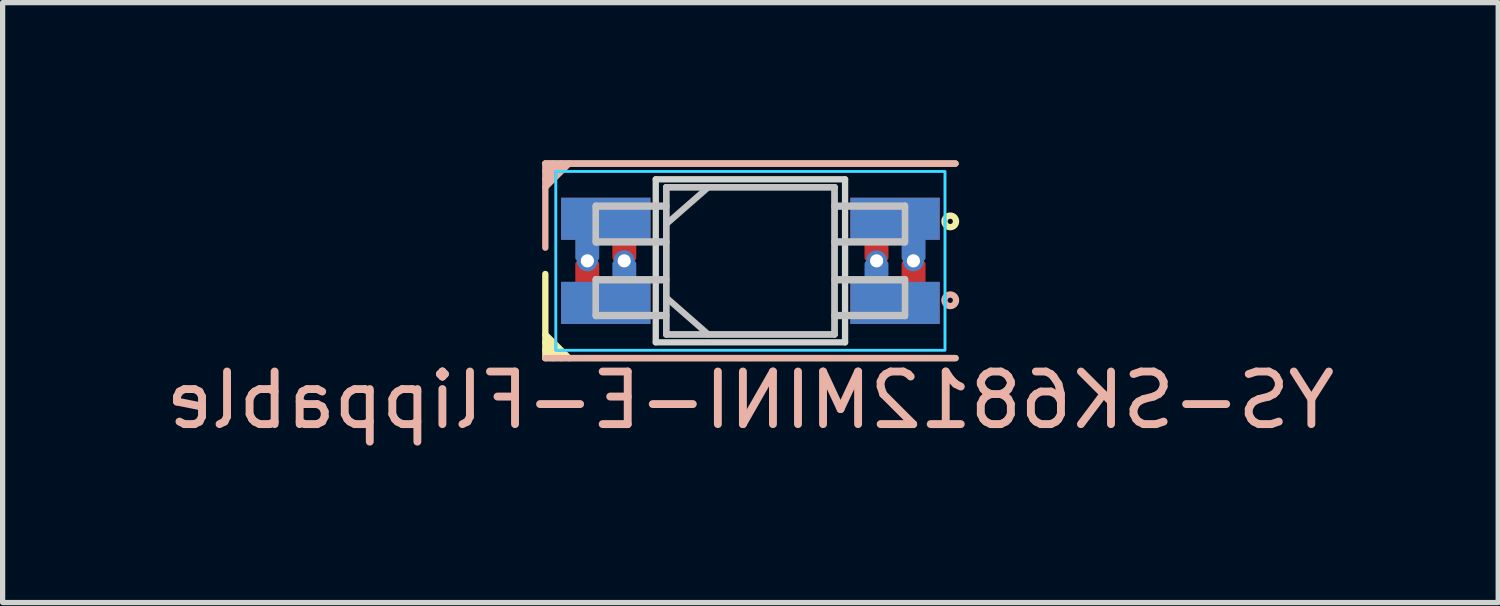
<source format=kicad_pcb>
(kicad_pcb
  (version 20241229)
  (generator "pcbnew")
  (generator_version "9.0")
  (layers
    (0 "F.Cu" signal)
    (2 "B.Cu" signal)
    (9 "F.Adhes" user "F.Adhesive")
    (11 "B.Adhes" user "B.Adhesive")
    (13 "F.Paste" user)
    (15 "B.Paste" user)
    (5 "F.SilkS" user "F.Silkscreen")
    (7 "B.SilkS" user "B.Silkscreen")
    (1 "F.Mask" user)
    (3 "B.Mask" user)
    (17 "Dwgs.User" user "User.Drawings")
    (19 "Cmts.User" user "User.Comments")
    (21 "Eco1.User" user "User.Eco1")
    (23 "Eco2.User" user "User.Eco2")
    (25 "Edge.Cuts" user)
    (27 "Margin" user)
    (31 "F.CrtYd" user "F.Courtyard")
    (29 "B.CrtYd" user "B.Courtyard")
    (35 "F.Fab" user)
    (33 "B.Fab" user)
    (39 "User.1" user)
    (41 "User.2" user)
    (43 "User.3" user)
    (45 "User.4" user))
  (footprint "YS-SK6812MINI-E-Flippable"
    (layer "F.Cu")
    (at 11.22 1.91)
    (property "Reference" "YS-SK6812MINI-E-Flippable" (at 0 2.65 0) (unlocked yes) (layer "B.SilkS") (effects (font (size 1 1) (thickness 0.15)) (justify mirror)))
    (fp_poly (pts (xy -3.6 -0.4) (xy -1.9 -0.4) (xy -1.9 -1.2) (xy -3.6 -1.2)) (stroke (width 0) (type solid)) (fill yes) (layer "F.Mask"))
    (fp_poly (pts (xy 1.9 -0.4) (xy 3.6 -0.4) (xy 3.6 -1.2) (xy 1.9 -1.2)) (stroke (width 0) (type solid)) (fill yes) (layer "F.Mask"))
    (fp_poly (pts (xy 1.9 1.2) (xy 3.6 1.2) (xy 3.6 0.4) (xy 1.9 0.4)) (stroke (width 0) (type solid)) (fill yes) (layer "F.Mask"))
    (fp_poly (pts (xy -3.6 0.85) (xy -3.25 1.2) (xy -1.9 1.2) (xy -1.9 0.4) (xy -3.6 0.4)) (stroke (width 0) (type solid)) (fill yes) (layer "F.Mask"))
    (fp_poly (pts (xy -3.6 0.4) (xy -1.9 0.4) (xy -1.9 1.2) (xy -3.6 1.2)) (stroke (width 0) (type solid)) (fill yes) (layer "B.Mask"))
    (fp_poly (pts (xy 1.9 -1.2) (xy 3.6 -1.2) (xy 3.6 -0.4) (xy 1.9 -0.4)) (stroke (width 0) (type solid)) (fill yes) (layer "B.Mask"))
    (fp_poly (pts (xy 1.9 0.4) (xy 3.6 0.4) (xy 3.6 1.2) (xy 1.9 1.2)) (stroke (width 0) (type solid)) (fill yes) (layer "B.Mask"))
    (fp_poly (pts (xy -3.6 -0.85) (xy -3.25 -1.2) (xy -1.9 -1.2) (xy -1.9 -0.4) (xy -3.6 -0.4)) (stroke (width 0) (type solid)) (fill yes) (layer "B.Mask"))
    (fp_line (start -3.9 0.25) (end -3.9 1.85) (stroke (width 0.12) (type solid)) (layer "F.SilkS"))
    (fp_line (start -3.9 1.4) (end -3.45 1.85) (stroke (width 0.12) (type solid)) (layer "F.SilkS"))
    (fp_line (start -3.9 1.55) (end -3.6 1.85) (stroke (width 0.12) (type solid)) (layer "F.SilkS"))
    (fp_line (start -3.9 1.7) (end -3.75 1.85) (stroke (width 0.12) (type solid)) (layer "F.SilkS"))
    (fp_line (start -3.9 1.85) (end 3.9 1.85) (stroke (width 0.12) (type solid)) (layer "F.SilkS"))
    (fp_line (start 3.9 -1.85) (end -3.9 -1.85) (stroke (width 0.12) (type solid)) (layer "F.SilkS"))
    (fp_circle (center 3.8 -0.75) (end 3.8 -0.7) (stroke (width 0.12) (type default)) (fill no) (layer "F.SilkS"))
    (fp_line (start -3.9 -1.85) (end 3.9 -1.85) (stroke (width 0.12) (type solid)) (layer "B.SilkS"))
    (fp_line (start -3.9 -1.7) (end -3.75 -1.85) (stroke (width 0.12) (type solid)) (layer "B.SilkS"))
    (fp_line (start -3.9 -1.55) (end -3.6 -1.85) (stroke (width 0.12) (type solid)) (layer "B.SilkS"))
    (fp_line (start -3.9 -1.4) (end -3.45 -1.85) (stroke (width 0.12) (type solid)) (layer "B.SilkS"))
    (fp_line (start -3.9 -0.25) (end -3.9 -1.85) (stroke (width 0.12) (type solid)) (layer "B.SilkS"))
    (fp_line (start 3.9 1.85) (end -3.9 1.85) (stroke (width 0.12) (type solid)) (layer "B.SilkS"))
    (fp_circle (center 3.8 0.75) (end 3.8 0.8) (stroke (width 0.12) (type default)) (fill no) (layer "B.SilkS"))
    (fp_poly (pts (xy -3.6 -0.4) (xy -1.9 -0.4) (xy -1.9 -1.2) (xy -3.6 -1.2)) (stroke (width 0) (type solid)) (fill yes) (layer "F.Paste"))
    (fp_poly (pts (xy 1.9 -0.4) (xy 3.6 -0.4) (xy 3.6 -1.2) (xy 1.9 -1.2)) (stroke (width 0) (type solid)) (fill yes) (layer "F.Paste"))
    (fp_poly (pts (xy 1.9 1.2) (xy 3.6 1.2) (xy 3.6 0.4) (xy 1.9 0.4)) (stroke (width 0) (type solid)) (fill yes) (layer "F.Paste"))
    (fp_poly (pts (xy -3.6 0.85) (xy -3.25 1.2) (xy -1.9 1.2) (xy -1.9 0.4) (xy -3.6 0.4)) (stroke (width 0) (type solid)) (fill yes) (layer "F.Paste"))
    (fp_poly (pts (xy -3.6 0.4) (xy -1.9 0.4) (xy -1.9 1.2) (xy -3.6 1.2)) (stroke (width 0) (type solid)) (fill yes) (layer "B.Paste"))
    (fp_poly (pts (xy 1.9 -1.2) (xy 3.6 -1.2) (xy 3.6 -0.4) (xy 1.9 -0.4)) (stroke (width 0) (type solid)) (fill yes) (layer "B.Paste"))
    (fp_poly (pts (xy 1.9 0.4) (xy 3.6 0.4) (xy 3.6 1.2) (xy 1.9 1.2)) (stroke (width 0) (type solid)) (fill yes) (layer "B.Paste"))
    (fp_poly (pts (xy -3.6 -0.85) (xy -3.25 -1.2) (xy -1.9 -1.2) (xy -1.9 -0.4) (xy -3.6 -0.4)) (stroke (width 0) (type solid)) (fill yes) (layer "B.Paste"))
    (fp_line (start -2.94 -1.05) (end -2.94 -0.37) (stroke (width 0.12) (type solid)) (layer "Dwgs.User"))
    (fp_line (start -2.94 -1.03) (end -1.6 -1.03) (stroke (width 0.12) (type solid)) (layer "Dwgs.User"))
    (fp_line (start -2.94 -0.37) (end -1.6 -0.37) (stroke (width 0.12) (type solid)) (layer "Dwgs.User"))
    (fp_line (start -2.94 -0.35) (end -2.94 -1.03) (stroke (width 0.12) (type solid)) (layer "Dwgs.User"))
    (fp_line (start -2.94 0.35) (end -2.94 1.03) (stroke (width 0.12) (type solid)) (layer "Dwgs.User"))
    (fp_line (start -2.94 0.37) (end -1.6 0.37) (stroke (width 0.12) (type solid)) (layer "Dwgs.User"))
    (fp_line (start -2.94 1.03) (end -1.6 1.03) (stroke (width 0.12) (type solid)) (layer "Dwgs.User"))
    (fp_line (start -2.94 1.05) (end -2.94 0.37) (stroke (width 0.12) (type solid)) (layer "Dwgs.User"))
    (fp_line (start -1.6 -1.4) (end -1.6 1.4) (stroke (width 0.12) (type solid)) (layer "Dwgs.User"))
    (fp_line (start -1.6 -1.4) (end 1.6 -1.4) (stroke (width 0.12) (type solid)) (layer "Dwgs.User"))
    (fp_line (start -1.6 -1.4) (end 1.6 -1.4) (stroke (width 0.12) (type solid)) (layer "Dwgs.User"))
    (fp_line (start -1.6 -1.05) (end -2.94 -1.05) (stroke (width 0.12) (type solid)) (layer "Dwgs.User"))
    (fp_line (start -1.6 -0.7) (end -0.8 -1.4) (stroke (width 0.12) (type solid)) (layer "Dwgs.User"))
    (fp_line (start -1.6 -0.35) (end -2.94 -0.35) (stroke (width 0.12) (type solid)) (layer "Dwgs.User"))
    (fp_line (start -1.6 0.35) (end -2.94 0.35) (stroke (width 0.12) (type solid)) (layer "Dwgs.User"))
    (fp_line (start -1.6 0.7) (end -0.8 1.4) (stroke (width 0.12) (type solid)) (layer "Dwgs.User"))
    (fp_line (start -1.6 1.05) (end -2.94 1.05) (stroke (width 0.12) (type solid)) (layer "Dwgs.User"))
    (fp_line (start -1.6 1.4) (end -1.6 -1.4) (stroke (width 0.12) (type solid)) (layer "Dwgs.User"))
    (fp_line (start -1.6 1.4) (end 1.6 1.4) (stroke (width 0.12) (type solid)) (layer "Dwgs.User"))
    (fp_line (start -1.6 1.4) (end 1.6 1.4) (stroke (width 0.12) (type solid)) (layer "Dwgs.User"))
    (fp_line (start 1.6 -1.4) (end 1.6 1.4) (stroke (width 0.12) (type solid)) (layer "Dwgs.User"))
    (fp_line (start 1.6 -1.03) (end 2.94 -1.03) (stroke (width 0.12) (type solid)) (layer "Dwgs.User"))
    (fp_line (start 1.6 -0.37) (end 2.94 -0.37) (stroke (width 0.12) (type solid)) (layer "Dwgs.User"))
    (fp_line (start 1.6 0.37) (end 2.94 0.37) (stroke (width 0.12) (type solid)) (layer "Dwgs.User"))
    (fp_line (start 1.6 1.03) (end 2.94 1.03) (stroke (width 0.12) (type solid)) (layer "Dwgs.User"))
    (fp_line (start 1.6 1.4) (end 1.6 -1.4) (stroke (width 0.12) (type solid)) (layer "Dwgs.User"))
    (fp_line (start 2.94 -1.05) (end 1.6 -1.05) (stroke (width 0.12) (type solid)) (layer "Dwgs.User"))
    (fp_line (start 2.94 -1.03) (end 2.94 -0.35) (stroke (width 0.12) (type solid)) (layer "Dwgs.User"))
    (fp_line (start 2.94 -0.37) (end 2.94 -1.05) (stroke (width 0.12) (type solid)) (layer "Dwgs.User"))
    (fp_line (start 2.94 -0.35) (end 1.6 -0.35) (stroke (width 0.12) (type solid)) (layer "Dwgs.User"))
    (fp_line (start 2.94 0.35) (end 1.6 0.35) (stroke (width 0.12) (type solid)) (layer "Dwgs.User"))
    (fp_line (start 2.94 0.37) (end 2.94 1.05) (stroke (width 0.12) (type solid)) (layer "Dwgs.User"))
    (fp_line (start 2.94 1.03) (end 2.94 0.35) (stroke (width 0.12) (type solid)) (layer "Dwgs.User"))
    (fp_line (start 2.94 1.05) (end 1.6 1.05) (stroke (width 0.12) (type solid)) (layer "Dwgs.User"))
    (fp_line (start -1.8 -1.55) (end -1.8 1.55) (stroke (width 0.12) (type solid)) (layer "Edge.Cuts"))
    (fp_line (start -1.8 1.55) (end 1.8 1.55) (stroke (width 0.12) (type solid)) (layer "Edge.Cuts"))
    (fp_line (start 1.8 -1.55) (end -1.8 -1.55) (stroke (width 0.12) (type solid)) (layer "Edge.Cuts"))
    (fp_line (start 1.8 1.55) (end 1.8 -1.55) (stroke (width 0.12) (type solid)) (layer "Edge.Cuts"))
    (fp_rect (start -3.7 -1.7) (end 3.7 1.7) (stroke (width 0.05) (type solid)) (fill no) (layer "B.CrtYd"))
    (fp_rect (start -3.7 1.7) (end 3.7 -1.7) (stroke (width 0.05) (type solid)) (fill no) (layer "F.CrtYd"))
    (pad "1" thru_hole circle (at 2.4 0 180) (size 0.4 0.4) (drill 0.25) (layers "*.Cu"))
    (pad "1" smd custom (at 2.75 -0.8 180) (size 1.7 0.8) (layers "F.Cu") (options (anchor rect)) (primitives (gr_poly (pts (xy 0.175 -0.75) (xy 0.175 -0.175) (xy 0.53 -0.175) (xy 0.53 -0.75)) (width 0.1) (fill yes))))
    (pad "1" smd custom (at 2.75 0.8) (size 1.7 0.8) (layers "B.Cu") (options (anchor rect)) (primitives (gr_poly (pts (xy -0.175 -0.75) (xy -0.175 -0.175) (xy -0.53 -0.175) (xy -0.53 -0.75)) (width 0.1) (fill yes))))
    (pad "2" smd custom (at 2.75 -0.8 180) (size 1.7 0.8) (layers "B.Cu") (options (anchor rect)) (primitives (gr_poly (pts (xy -0.175 -0.75) (xy -0.175 -0.175) (xy -0.53 -0.175) (xy -0.53 -0.75)) (width 0.1) (fill yes))))
    (pad "2" smd custom (at 2.75 0.8) (size 1.7 0.8) (layers "F.Cu") (options (anchor rect)) (primitives (gr_poly (pts (xy 0.175 -0.75) (xy 0.175 -0.175) (xy 0.53 -0.175) (xy 0.53 -0.75)) (width 0.1) (fill yes))))
    (pad "2" thru_hole circle (at 3.1 0 180) (size 0.4 0.4) (drill 0.25) (layers "*.Cu"))
    (pad "3" thru_hole circle (at -3.1 0 180) (size 0.4 0.4) (drill 0.25) (layers "*.Cu"))
    (pad "3" smd custom (at -2.75 -0.8 180) (size 1.7 0.8) (layers "B.Cu") (options (anchor rect)) (primitives (gr_poly (pts (xy 0.175 -0.75) (xy 0.175 -0.175) (xy 0.53 -0.175) (xy 0.53 -0.75)) (width 0.1) (fill yes))))
    (pad "3" smd custom (at -2.75 0.8) (size 1.7 0.8) (layers "F.Cu") (options (anchor rect)) (primitives (gr_poly (pts (xy -0.175 -0.75) (xy -0.175 -0.175) (xy -0.53 -0.175) (xy -0.53 -0.75)) (width 0.1) (fill yes))))
    (pad "4" smd custom (at -2.75 -0.8 180) (size 1.7 0.8) (layers "F.Cu") (options (anchor rect)) (primitives (gr_poly (pts (xy -0.175 -0.75) (xy -0.175 -0.175) (xy -0.53 -0.175) (xy -0.53 -0.75)) (width 0.1) (fill yes))))
    (pad "4" smd custom (at -2.75 0.8) (size 1.7 0.8) (layers "B.Cu") (options (anchor rect)) (primitives (gr_poly (pts (xy 0.175 -0.75) (xy 0.175 -0.175) (xy 0.53 -0.175) (xy 0.53 -0.75)) (width 0.1) (fill yes))))
    (pad "4" thru_hole circle (at -2.4 0 180) (size 0.4 0.4) (drill 0.25) (layers "*.Cu")))
  (gr_rect
    (start -3 -3)
    (end 25.44 8.408)
    (stroke (width 0.1) (type default))
    (fill no)
    (layer "Edge.Cuts")))
</source>
